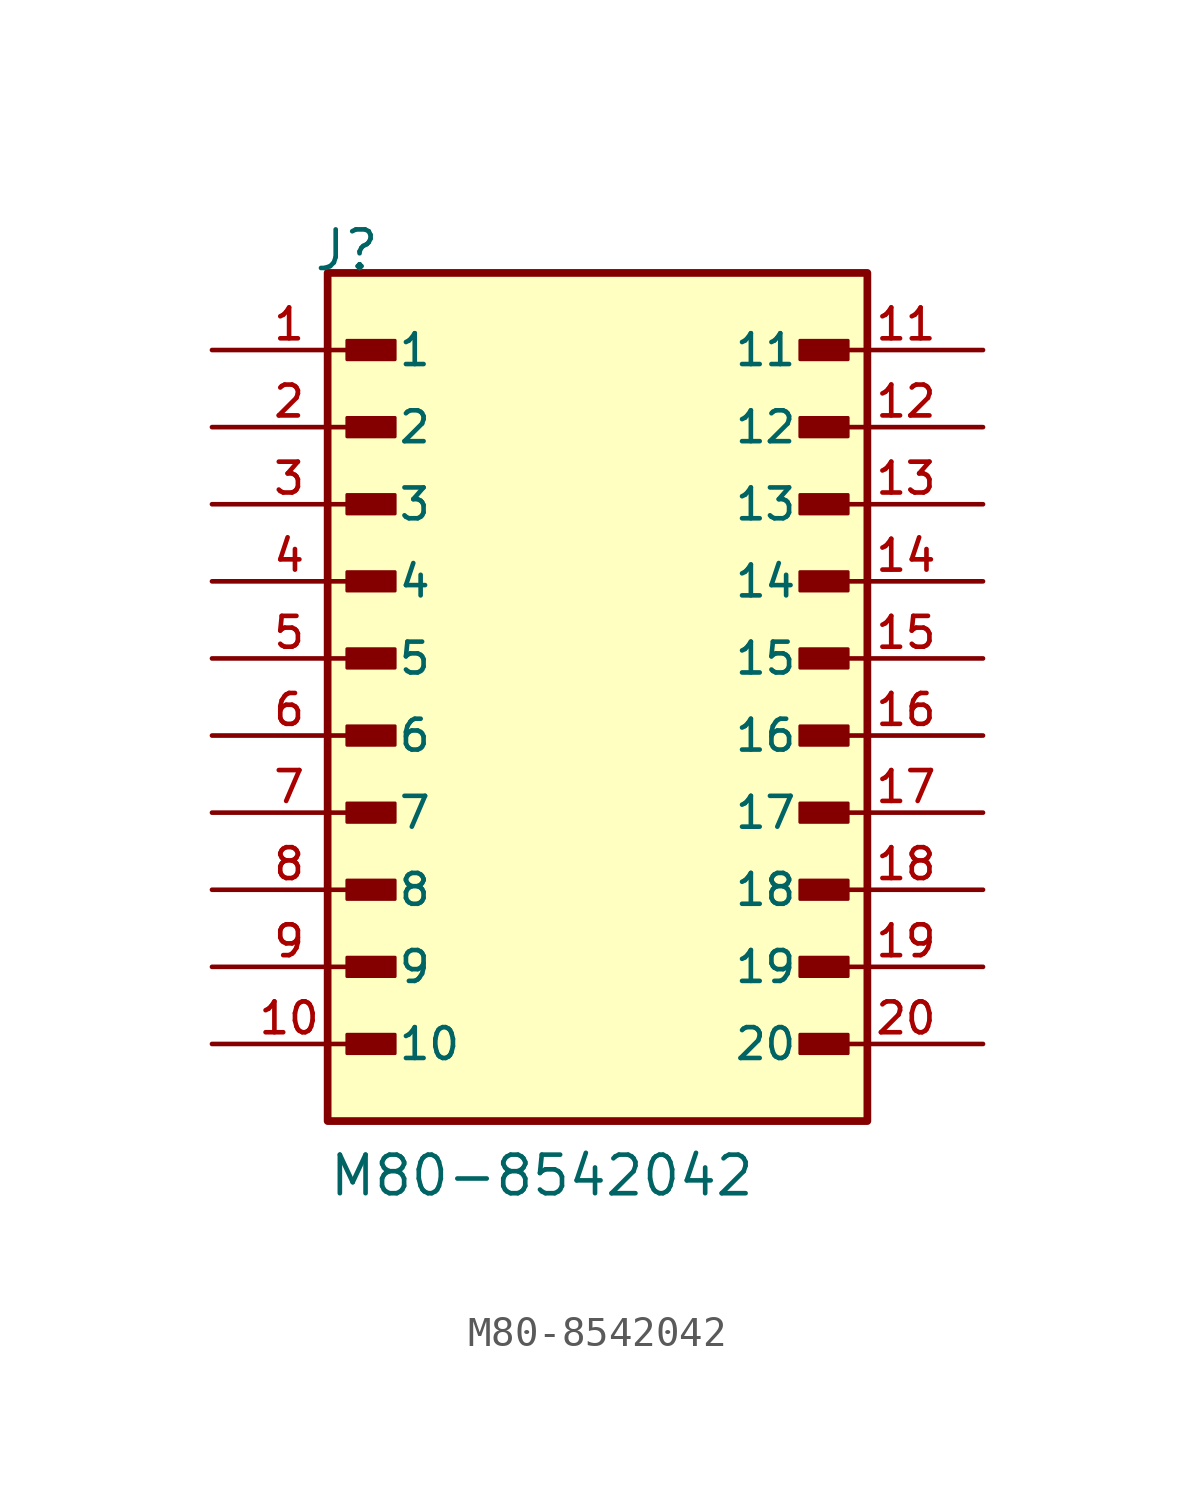
<source format=kicad_sym>
(kicad_symbol_lib
  (version 20211014)
  (generator kicad_symbol_editor)
  (symbol "M80-8542042"
    (pin_names
      (offset 1.016))
    (property "Reference" "J"
      (at -9.39 15.24 0)
      (effects (font (size 1.27 1.27)) (justify bottom left)))
    (property "Value" "M80-8542042"
      (at -8.89 -15.24 0)
      (effects (font (size 1.27 1.27)) (justify bottom left)))
    (symbol "M80-8542042_0_0"
      (rectangle (start -8.255 12.383) (end -6.668 13.018) (stroke (width 0.1)) (fill (type outline)))
      (rectangle (start -8.255 9.842) (end -6.668 10.477) (stroke (width 0.1)) (fill (type outline)))
      (rectangle (start -8.255 7.303) (end -6.668 7.938) (stroke (width 0.1)) (fill (type outline)))
      (rectangle (start -8.255 4.763) (end -6.668 5.397) (stroke (width 0.1)) (fill (type outline)))
      (rectangle (start -8.255 2.223) (end -6.668 2.857) (stroke (width 0.1)) (fill (type outline)))
      (rectangle (start -8.255 -0.318) (end -6.668 0.318) (stroke (width 0.1)) (fill (type outline)))
      (rectangle (start -8.255 -2.857) (end -6.668 -2.223) (stroke (width 0.1)) (fill (type outline)))
      (rectangle (start -8.255 -5.397) (end -6.668 -4.763) (stroke (width 0.1)) (fill (type outline)))
      (rectangle (start -8.255 -7.938) (end -6.668 -7.303) (stroke (width 0.1)) (fill (type outline)))
      (rectangle (start -8.255 -10.477) (end -6.668 -9.842) (stroke (width 0.1)) (fill (type outline)))
      (rectangle (start 8.255 12.383) (end 6.668 13.018) (stroke (width 0.1)) (fill (type outline)))
      (rectangle (start 8.255 9.842) (end 6.668 10.477) (stroke (width 0.1)) (fill (type outline)))
      (rectangle (start 8.255 7.303) (end 6.668 7.938) (stroke (width 0.1)) (fill (type outline)))
      (rectangle (start 8.255 4.763) (end 6.668 5.397) (stroke (width 0.1)) (fill (type outline)))
      (rectangle (start 8.255 2.223) (end 6.668 2.857) (stroke (width 0.1)) (fill (type outline)))
      (rectangle (start 8.255 -0.318) (end 6.668 0.318) (stroke (width 0.1)) (fill (type outline)))
      (rectangle (start 8.255 -2.857) (end 6.668 -2.223) (stroke (width 0.1)) (fill (type outline)))
      (rectangle (start 8.255 -5.397) (end 6.668 -4.763) (stroke (width 0.1)) (fill (type outline)))
      (rectangle (start 8.255 -7.938) (end 6.668 -7.303) (stroke (width 0.1)) (fill (type outline)))
      (rectangle (start 8.255 -10.477) (end 6.668 -9.842) (stroke (width 0.1)) (fill (type outline)))
      (rectangle (start -8.89 -12.7) (end 8.89 15.24) (stroke (width 0.254)) (fill (type background)))
      (pin passive line (at -12.7 12.7 0) (length 5.08) (name "1" (effects (font (size 1.016 1.016)))) (number "1" (effects (font (size 1.016 1.016)))))
      (pin passive line (at -12.7 10.16 0) (length 5.08) (name "2" (effects (font (size 1.016 1.016)))) (number "2" (effects (font (size 1.016 1.016)))))
      (pin passive line (at -12.7 7.62 0) (length 5.08) (name "3" (effects (font (size 1.016 1.016)))) (number "3" (effects (font (size 1.016 1.016)))))
      (pin passive line (at -12.7 5.08 0) (length 5.08) (name "4" (effects (font (size 1.016 1.016)))) (number "4" (effects (font (size 1.016 1.016)))))
      (pin passive line (at -12.7 2.54 0) (length 5.08) (name "5" (effects (font (size 1.016 1.016)))) (number "5" (effects (font (size 1.016 1.016)))))
      (pin passive line (at -12.7 0.0 0) (length 5.08) (name "6" (effects (font (size 1.016 1.016)))) (number "6" (effects (font (size 1.016 1.016)))))
      (pin passive line (at -12.7 -2.54 0) (length 5.08) (name "7" (effects (font (size 1.016 1.016)))) (number "7" (effects (font (size 1.016 1.016)))))
      (pin passive line (at -12.7 -5.08 0) (length 5.08) (name "8" (effects (font (size 1.016 1.016)))) (number "8" (effects (font (size 1.016 1.016)))))
      (pin passive line (at -12.7 -7.62 0) (length 5.08) (name "9" (effects (font (size 1.016 1.016)))) (number "9" (effects (font (size 1.016 1.016)))))
      (pin passive line (at -12.7 -10.16 0) (length 5.08) (name "10" (effects (font (size 1.016 1.016)))) (number "10" (effects (font (size 1.016 1.016)))))
      (pin passive line (at 12.7 12.7 180.0) (length 5.08) (name "11" (effects (font (size 1.016 1.016)))) (number "11" (effects (font (size 1.016 1.016)))))
      (pin passive line (at 12.7 10.16 180.0) (length 5.08) (name "12" (effects (font (size 1.016 1.016)))) (number "12" (effects (font (size 1.016 1.016)))))
      (pin passive line (at 12.7 7.62 180.0) (length 5.08) (name "13" (effects (font (size 1.016 1.016)))) (number "13" (effects (font (size 1.016 1.016)))))
      (pin passive line (at 12.7 5.08 180.0) (length 5.08) (name "14" (effects (font (size 1.016 1.016)))) (number "14" (effects (font (size 1.016 1.016)))))
      (pin passive line (at 12.7 2.54 180.0) (length 5.08) (name "15" (effects (font (size 1.016 1.016)))) (number "15" (effects (font (size 1.016 1.016)))))
      (pin passive line (at 12.7 0.0 180.0) (length 5.08) (name "16" (effects (font (size 1.016 1.016)))) (number "16" (effects (font (size 1.016 1.016)))))
      (pin passive line (at 12.7 -2.54 180.0) (length 5.08) (name "17" (effects (font (size 1.016 1.016)))) (number "17" (effects (font (size 1.016 1.016)))))
      (pin passive line (at 12.7 -5.08 180.0) (length 5.08) (name "18" (effects (font (size 1.016 1.016)))) (number "18" (effects (font (size 1.016 1.016)))))
      (pin passive line (at 12.7 -7.62 180.0) (length 5.08) (name "19" (effects (font (size 1.016 1.016)))) (number "19" (effects (font (size 1.016 1.016)))))
      (pin passive line (at 12.7 -10.16 180.0) (length 5.08) (name "20" (effects (font (size 1.016 1.016)))) (number "20" (effects (font (size 1.016 1.016))))))))
</source>
